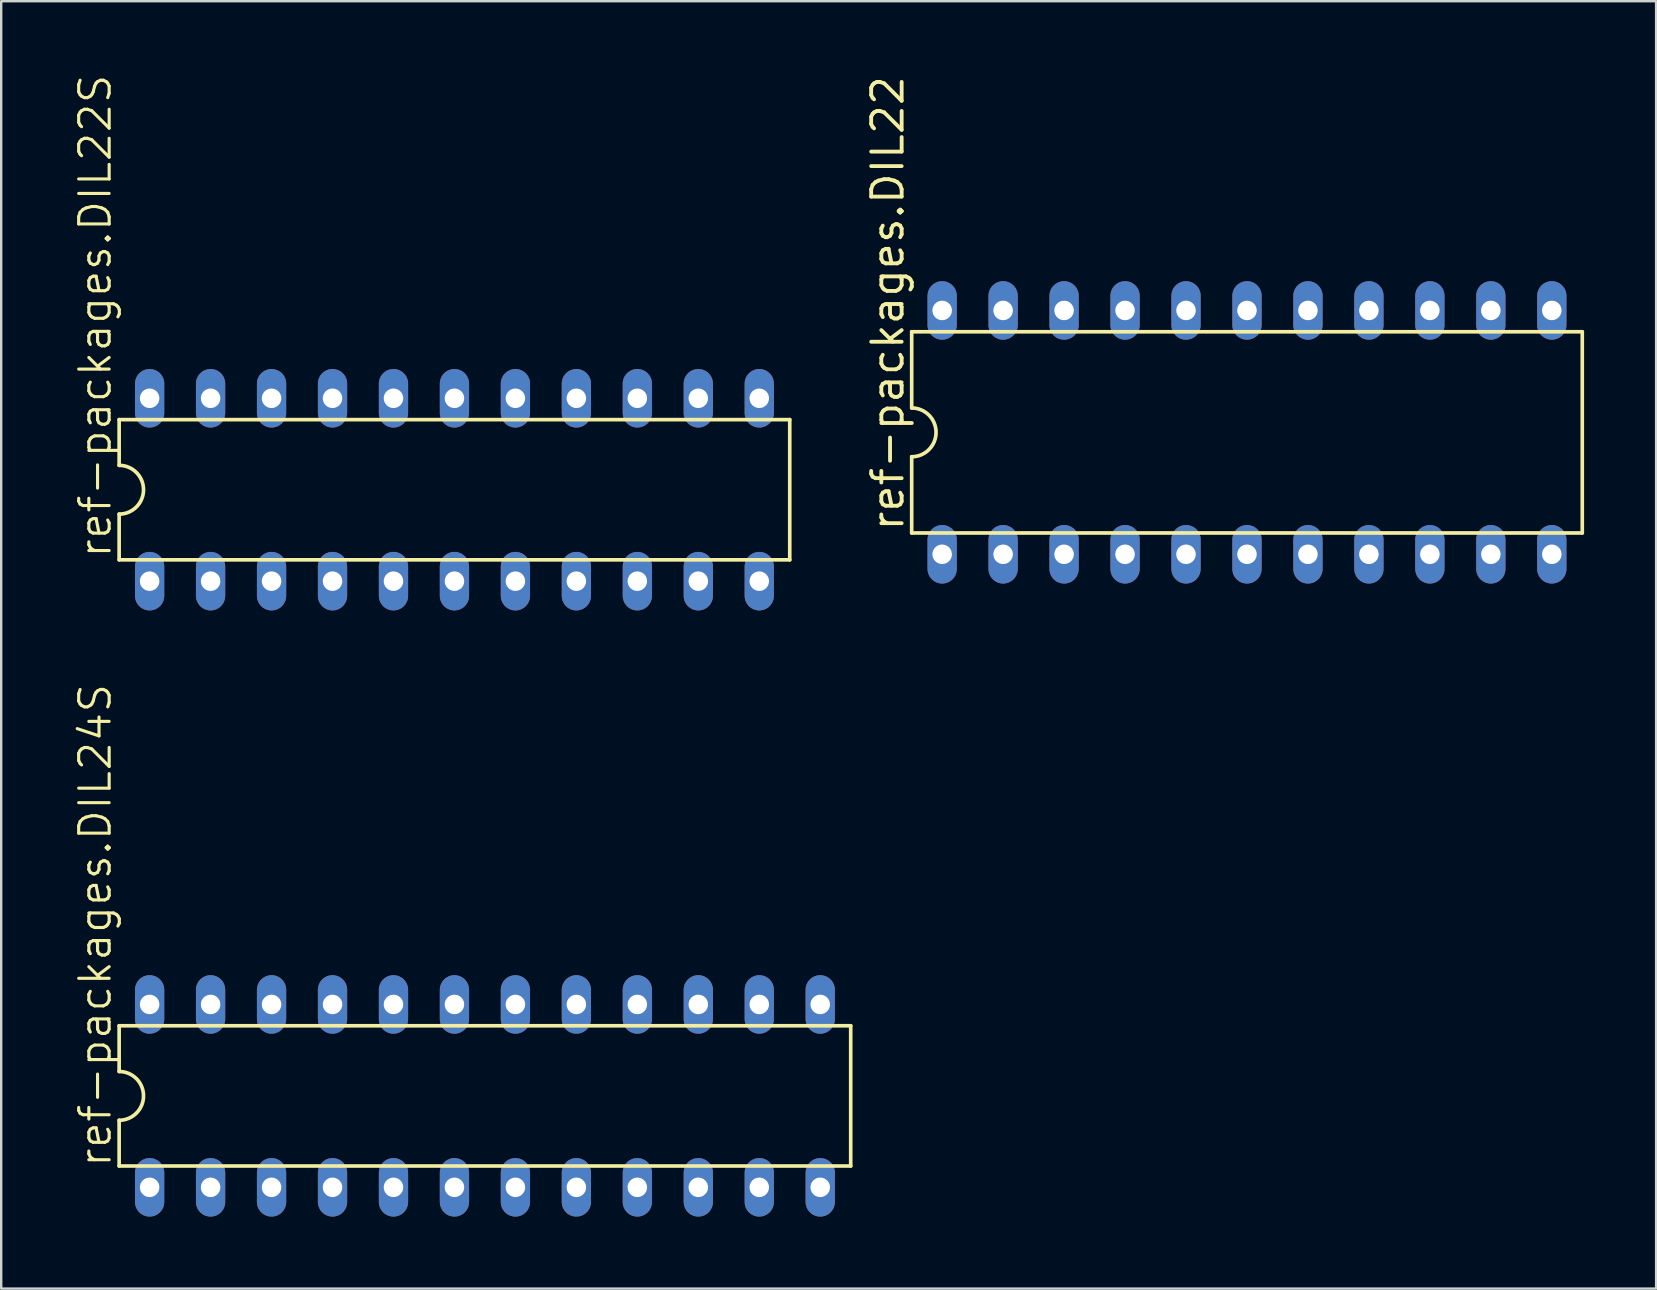
<source format=kicad_pcb>
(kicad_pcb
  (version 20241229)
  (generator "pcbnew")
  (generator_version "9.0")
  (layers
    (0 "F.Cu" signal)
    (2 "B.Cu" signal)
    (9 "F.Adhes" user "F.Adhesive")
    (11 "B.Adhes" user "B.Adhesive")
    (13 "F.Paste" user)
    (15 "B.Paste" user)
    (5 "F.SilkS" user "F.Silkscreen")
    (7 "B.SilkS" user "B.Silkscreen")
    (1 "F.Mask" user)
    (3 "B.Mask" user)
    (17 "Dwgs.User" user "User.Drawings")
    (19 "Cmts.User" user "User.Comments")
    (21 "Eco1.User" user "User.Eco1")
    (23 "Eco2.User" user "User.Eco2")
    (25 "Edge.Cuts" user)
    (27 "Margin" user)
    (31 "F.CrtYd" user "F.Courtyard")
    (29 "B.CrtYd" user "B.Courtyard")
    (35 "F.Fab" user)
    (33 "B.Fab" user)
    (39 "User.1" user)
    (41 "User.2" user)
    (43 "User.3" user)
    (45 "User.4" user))
  (footprint "ref-packages.DIL24S"
    (layer "F.Cu")
    (at 17.154 42.609)
    (property "Reference" "ref-packages.DIL24S" (at -15.494 3.048 90) (layer "F.SilkS") (effects (font (size 1.27 1.27) (thickness 0.13)) (justify left bottom)))
    (attr through_hole)
    (fp_line (start -15.24 -2.921) (end -15.24 -1.016) (stroke (width 0.152) (type default)) (layer "F.SilkS"))
    (fp_line (start -15.24 2.921) (end -15.24 1.016) (stroke (width 0.152) (type default)) (layer "F.SilkS"))
    (fp_line (start -15.24 2.921) (end 15.24 2.921) (stroke (width 0.152) (type default)) (layer "F.SilkS"))
    (fp_line (start 15.24 -2.921) (end -15.24 -2.921) (stroke (width 0.152) (type default)) (layer "F.SilkS"))
    (fp_line (start 15.24 -2.921) (end 15.24 2.921) (stroke (width 0.152) (type default)) (layer "F.SilkS"))
    (fp_arc (start -15.24 -1.016) (mid -14.224 0) (end -15.24 1.016) (stroke (width 0.1524) (type default)) (layer "F.SilkS"))
    (pad "1" thru_hole oval (at -13.97 3.81 90) (size 2.438 1.219) (drill 0.813) (layers "*.Cu" "*.Mask"))
    (pad "2" thru_hole oval (at -11.43 3.81 90) (size 2.438 1.219) (drill 0.813) (layers "*.Cu" "*.Mask"))
    (pad "3" thru_hole oval (at -8.89 3.81 90) (size 2.438 1.219) (drill 0.813) (layers "*.Cu" "*.Mask"))
    (pad "4" thru_hole oval (at -6.35 3.81 90) (size 2.438 1.219) (drill 0.813) (layers "*.Cu" "*.Mask"))
    (pad "5" thru_hole oval (at -3.81 3.81 90) (size 2.438 1.219) (drill 0.813) (layers "*.Cu" "*.Mask"))
    (pad "6" thru_hole oval (at -1.27 3.81 90) (size 2.438 1.219) (drill 0.813) (layers "*.Cu" "*.Mask"))
    (pad "7" thru_hole oval (at 1.27 3.81 90) (size 2.438 1.219) (drill 0.813) (layers "*.Cu" "*.Mask"))
    (pad "8" thru_hole oval (at 3.81 3.81 90) (size 2.438 1.219) (drill 0.813) (layers "*.Cu" "*.Mask"))
    (pad "9" thru_hole oval (at 6.35 3.81 90) (size 2.438 1.219) (drill 0.813) (layers "*.Cu" "*.Mask"))
    (pad "10" thru_hole oval (at 8.89 3.81 90) (size 2.438 1.219) (drill 0.813) (layers "*.Cu" "*.Mask"))
    (pad "11" thru_hole oval (at 11.43 3.81 90) (size 2.438 1.219) (drill 0.813) (layers "*.Cu" "*.Mask"))
    (pad "12" thru_hole oval (at 13.97 3.81 90) (size 2.438 1.219) (drill 0.813) (layers "*.Cu" "*.Mask"))
    (pad "13" thru_hole oval (at 13.97 -3.81 90) (size 2.438 1.219) (drill 0.813) (layers "*.Cu" "*.Mask"))
    (pad "14" thru_hole oval (at 11.43 -3.81 90) (size 2.438 1.219) (drill 0.813) (layers "*.Cu" "*.Mask"))
    (pad "15" thru_hole oval (at 8.89 -3.81 90) (size 2.438 1.219) (drill 0.813) (layers "*.Cu" "*.Mask"))
    (pad "16" thru_hole oval (at 6.35 -3.81 90) (size 2.438 1.219) (drill 0.813) (layers "*.Cu" "*.Mask"))
    (pad "17" thru_hole oval (at 3.81 -3.81 90) (size 2.438 1.219) (drill 0.813) (layers "*.Cu" "*.Mask"))
    (pad "18" thru_hole oval (at 1.27 -3.81 90) (size 2.438 1.219) (drill 0.813) (layers "*.Cu" "*.Mask"))
    (pad "19" thru_hole oval (at -1.27 -3.81 90) (size 2.438 1.219) (drill 0.813) (layers "*.Cu" "*.Mask"))
    (pad "20" thru_hole oval (at -3.81 -3.81 90) (size 2.438 1.219) (drill 0.813) (layers "*.Cu" "*.Mask"))
    (pad "21" thru_hole oval (at -6.35 -3.81 90) (size 2.438 1.219) (drill 0.813) (layers "*.Cu" "*.Mask"))
    (pad "22" thru_hole oval (at -8.89 -3.81 90) (size 2.438 1.219) (drill 0.813) (layers "*.Cu" "*.Mask"))
    (pad "23" thru_hole oval (at -11.43 -3.81 90) (size 2.438 1.219) (drill 0.813) (layers "*.Cu" "*.Mask"))
    (pad "24" thru_hole oval (at -13.97 -3.81 90) (size 2.438 1.219) (drill 0.813) (layers "*.Cu" "*.Mask")))
  (footprint "ref-packages.DIL22S"
    (layer "F.Cu")
    (at 15.884 17.354)
    (property "Reference" "ref-packages.DIL22S" (at -14.224 2.921 90) (layer "F.SilkS") (effects (font (size 1.27 1.27) (thickness 0.13)) (justify left bottom)))
    (attr through_hole)
    (fp_line (start -13.97 -2.921) (end -13.97 -1.016) (stroke (width 0.152) (type default)) (layer "F.SilkS"))
    (fp_line (start -13.97 2.921) (end -13.97 1.016) (stroke (width 0.152) (type default)) (layer "F.SilkS"))
    (fp_line (start -13.97 2.921) (end 13.97 2.921) (stroke (width 0.152) (type default)) (layer "F.SilkS"))
    (fp_line (start 13.97 -2.921) (end -13.97 -2.921) (stroke (width 0.152) (type default)) (layer "F.SilkS"))
    (fp_line (start 13.97 -2.921) (end 13.97 2.921) (stroke (width 0.152) (type default)) (layer "F.SilkS"))
    (fp_arc (start -13.97 -1.016) (mid -12.954 0) (end -13.97 1.016) (stroke (width 0.1524) (type default)) (layer "F.SilkS"))
    (pad "1" thru_hole oval (at -12.7 3.81 90) (size 2.438 1.219) (drill 0.813) (layers "*.Cu" "*.Mask"))
    (pad "2" thru_hole oval (at -10.16 3.81 90) (size 2.438 1.219) (drill 0.813) (layers "*.Cu" "*.Mask"))
    (pad "3" thru_hole oval (at -7.62 3.81 90) (size 2.438 1.219) (drill 0.813) (layers "*.Cu" "*.Mask"))
    (pad "4" thru_hole oval (at -5.08 3.81 90) (size 2.438 1.219) (drill 0.813) (layers "*.Cu" "*.Mask"))
    (pad "5" thru_hole oval (at -2.54 3.81 90) (size 2.438 1.219) (drill 0.813) (layers "*.Cu" "*.Mask"))
    (pad "6" thru_hole oval (at 0 3.81 90) (size 2.438 1.219) (drill 0.813) (layers "*.Cu" "*.Mask"))
    (pad "7" thru_hole oval (at 2.54 3.81 90) (size 2.438 1.219) (drill 0.813) (layers "*.Cu" "*.Mask"))
    (pad "8" thru_hole oval (at 5.08 3.81 90) (size 2.438 1.219) (drill 0.813) (layers "*.Cu" "*.Mask"))
    (pad "9" thru_hole oval (at 7.62 3.81 90) (size 2.438 1.219) (drill 0.813) (layers "*.Cu" "*.Mask"))
    (pad "10" thru_hole oval (at 10.16 3.81 90) (size 2.438 1.219) (drill 0.813) (layers "*.Cu" "*.Mask"))
    (pad "11" thru_hole oval (at 12.7 3.81 90) (size 2.438 1.219) (drill 0.813) (layers "*.Cu" "*.Mask"))
    (pad "12" thru_hole oval (at 12.7 -3.81 90) (size 2.438 1.219) (drill 0.813) (layers "*.Cu" "*.Mask"))
    (pad "13" thru_hole oval (at 10.16 -3.81 90) (size 2.438 1.219) (drill 0.813) (layers "*.Cu" "*.Mask"))
    (pad "14" thru_hole oval (at 7.62 -3.81 90) (size 2.438 1.219) (drill 0.813) (layers "*.Cu" "*.Mask"))
    (pad "15" thru_hole oval (at 5.08 -3.81 90) (size 2.438 1.219) (drill 0.813) (layers "*.Cu" "*.Mask"))
    (pad "16" thru_hole oval (at 2.54 -3.81 90) (size 2.438 1.219) (drill 0.813) (layers "*.Cu" "*.Mask"))
    (pad "17" thru_hole oval (at 0 -3.81 90) (size 2.438 1.219) (drill 0.813) (layers "*.Cu" "*.Mask"))
    (pad "18" thru_hole oval (at -2.54 -3.81 90) (size 2.438 1.219) (drill 0.813) (layers "*.Cu" "*.Mask"))
    (pad "19" thru_hole oval (at -5.08 -3.81 90) (size 2.438 1.219) (drill 0.813) (layers "*.Cu" "*.Mask"))
    (pad "20" thru_hole oval (at -7.62 -3.81 90) (size 2.438 1.219) (drill 0.813) (layers "*.Cu" "*.Mask"))
    (pad "21" thru_hole oval (at -10.16 -3.81 90) (size 2.438 1.219) (drill 0.813) (layers "*.Cu" "*.Mask"))
    (pad "22" thru_hole oval (at -12.7 -3.81 90) (size 2.438 1.219) (drill 0.813) (layers "*.Cu" "*.Mask")))
  (footprint "ref-packages.DIL22"
    (layer "F.Cu")
    (at 48.904 14.964)
    (property "Reference" "ref-packages.DIL22" (at -14.224 4.191 90) (layer "F.SilkS") (effects (font (size 1.27 1.27) (thickness 0.16)) (justify left bottom)))
    (attr through_hole)
    (fp_line (start -13.97 -4.191) (end -13.97 -1.016) (stroke (width 0.152) (type default)) (layer "F.SilkS"))
    (fp_line (start -13.97 4.191) (end -13.97 1.016) (stroke (width 0.152) (type default)) (layer "F.SilkS"))
    (fp_line (start -13.97 4.191) (end 13.97 4.191) (stroke (width 0.152) (type default)) (layer "F.SilkS"))
    (fp_line (start 13.97 -4.191) (end -13.97 -4.191) (stroke (width 0.152) (type default)) (layer "F.SilkS"))
    (fp_line (start 13.97 -4.191) (end 13.97 4.191) (stroke (width 0.152) (type default)) (layer "F.SilkS"))
    (fp_arc (start -13.97 -1.016) (mid -12.954 0) (end -13.97 1.016) (stroke (width 0.1524) (type default)) (layer "F.SilkS"))
    (pad "1" thru_hole oval (at -12.7 5.08 90) (size 2.438 1.219) (drill 0.813) (layers "*.Cu" "*.Mask"))
    (pad "2" thru_hole oval (at -10.16 5.08 90) (size 2.438 1.219) (drill 0.813) (layers "*.Cu" "*.Mask"))
    (pad "3" thru_hole oval (at -7.62 5.08 90) (size 2.438 1.219) (drill 0.813) (layers "*.Cu" "*.Mask"))
    (pad "4" thru_hole oval (at -5.08 5.08 90) (size 2.438 1.219) (drill 0.813) (layers "*.Cu" "*.Mask"))
    (pad "5" thru_hole oval (at -2.54 5.08 90) (size 2.438 1.219) (drill 0.813) (layers "*.Cu" "*.Mask"))
    (pad "6" thru_hole oval (at 0 5.08 90) (size 2.438 1.219) (drill 0.813) (layers "*.Cu" "*.Mask"))
    (pad "7" thru_hole oval (at 2.54 5.08 90) (size 2.438 1.219) (drill 0.813) (layers "*.Cu" "*.Mask"))
    (pad "8" thru_hole oval (at 5.08 5.08 90) (size 2.438 1.219) (drill 0.813) (layers "*.Cu" "*.Mask"))
    (pad "9" thru_hole oval (at 7.62 5.08 90) (size 2.438 1.219) (drill 0.813) (layers "*.Cu" "*.Mask"))
    (pad "10" thru_hole oval (at 10.16 5.08 90) (size 2.438 1.219) (drill 0.813) (layers "*.Cu" "*.Mask"))
    (pad "11" thru_hole oval (at 12.7 5.08 90) (size 2.438 1.219) (drill 0.813) (layers "*.Cu" "*.Mask"))
    (pad "12" thru_hole oval (at 12.7 -5.08 90) (size 2.438 1.219) (drill 0.813) (layers "*.Cu" "*.Mask"))
    (pad "13" thru_hole oval (at 10.16 -5.08 90) (size 2.438 1.219) (drill 0.813) (layers "*.Cu" "*.Mask"))
    (pad "14" thru_hole oval (at 7.62 -5.08 90) (size 2.438 1.219) (drill 0.813) (layers "*.Cu" "*.Mask"))
    (pad "15" thru_hole oval (at 5.08 -5.08 90) (size 2.438 1.219) (drill 0.813) (layers "*.Cu" "*.Mask"))
    (pad "16" thru_hole oval (at 2.54 -5.08 90) (size 2.438 1.219) (drill 0.813) (layers "*.Cu" "*.Mask"))
    (pad "17" thru_hole oval (at 0 -5.08 90) (size 2.438 1.219) (drill 0.813) (layers "*.Cu" "*.Mask"))
    (pad "18" thru_hole oval (at -2.54 -5.08 90) (size 2.438 1.219) (drill 0.813) (layers "*.Cu" "*.Mask"))
    (pad "19" thru_hole oval (at -5.08 -5.08 90) (size 2.438 1.219) (drill 0.813) (layers "*.Cu" "*.Mask"))
    (pad "20" thru_hole oval (at -7.62 -5.08 90) (size 2.438 1.219) (drill 0.813) (layers "*.Cu" "*.Mask"))
    (pad "21" thru_hole oval (at -10.16 -5.08 90) (size 2.438 1.219) (drill 0.813) (layers "*.Cu" "*.Mask"))
    (pad "22" thru_hole oval (at -12.7 -5.08 90) (size 2.438 1.219) (drill 0.813) (layers "*.Cu" "*.Mask")))
  (gr_rect
    (start -3 -3)
    (end 65.95 50.639)
    (stroke (width 0.1) (type default))
    (fill no)
    (layer "Edge.Cuts")))
</source>
